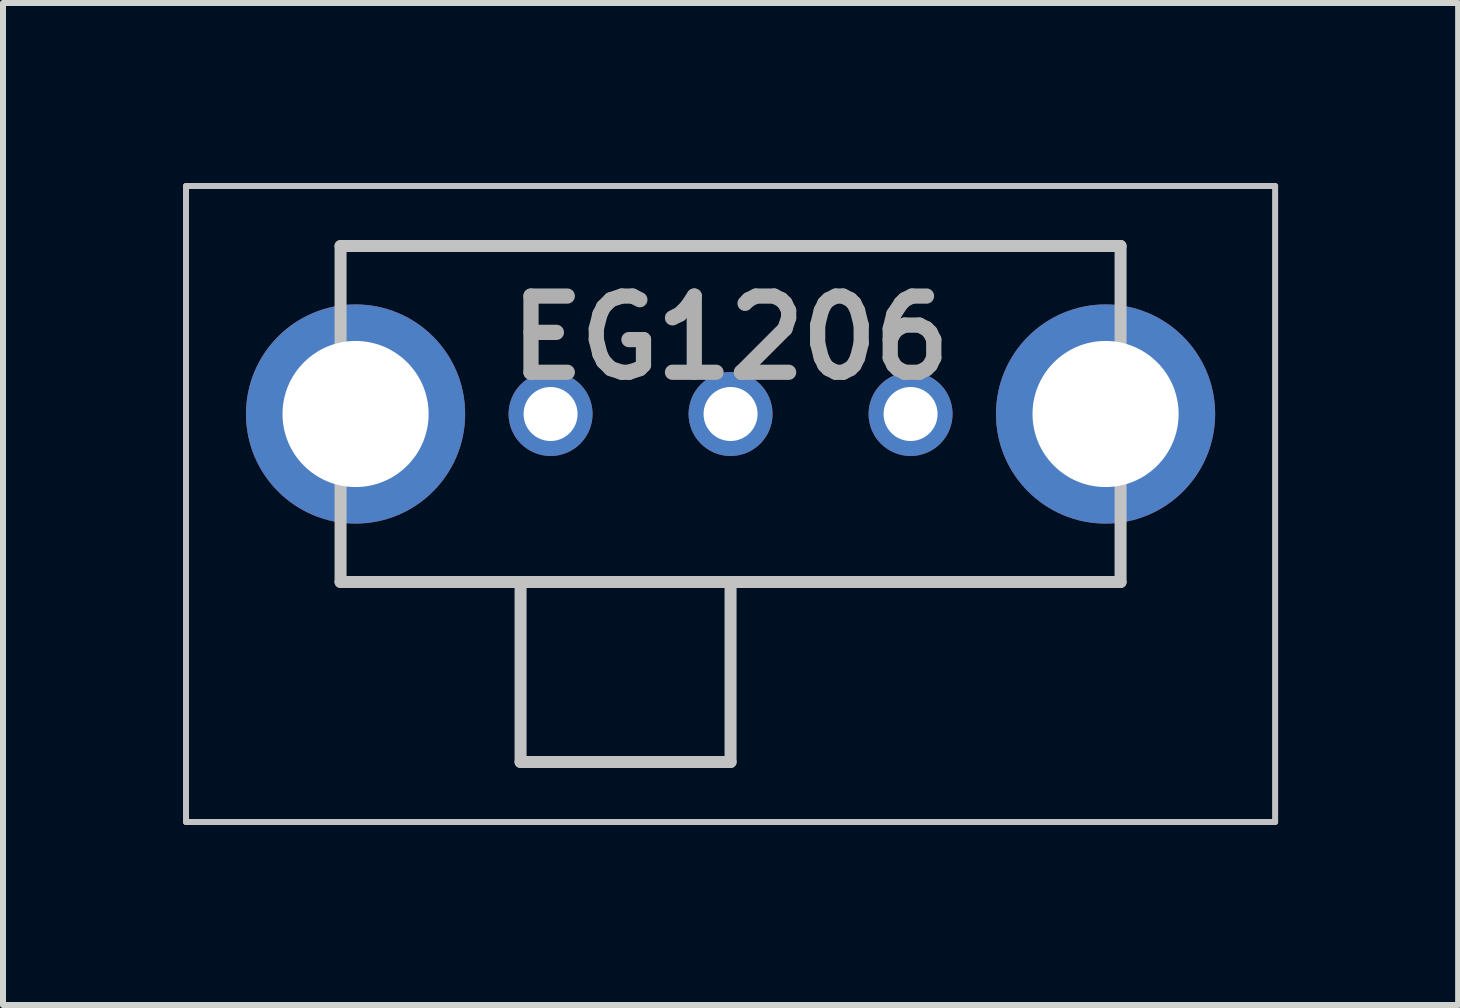
<source format=kicad_pcb>
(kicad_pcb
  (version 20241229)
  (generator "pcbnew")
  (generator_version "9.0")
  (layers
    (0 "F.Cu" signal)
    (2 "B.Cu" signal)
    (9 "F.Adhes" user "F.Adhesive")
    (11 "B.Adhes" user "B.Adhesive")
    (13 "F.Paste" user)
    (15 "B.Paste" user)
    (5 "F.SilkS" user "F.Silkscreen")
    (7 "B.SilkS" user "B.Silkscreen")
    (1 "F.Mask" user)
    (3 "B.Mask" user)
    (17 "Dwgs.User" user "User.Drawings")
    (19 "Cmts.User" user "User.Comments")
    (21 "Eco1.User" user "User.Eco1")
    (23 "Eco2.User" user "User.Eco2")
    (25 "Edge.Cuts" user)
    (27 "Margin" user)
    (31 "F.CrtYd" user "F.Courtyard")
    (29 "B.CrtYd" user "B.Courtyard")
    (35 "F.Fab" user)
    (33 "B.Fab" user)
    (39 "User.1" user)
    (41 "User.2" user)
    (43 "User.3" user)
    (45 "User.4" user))
  (footprint "EG1206"
    (layer "F.Cu")
    (at 6.126 3.85)
    (property "Reference" "EG1206" (at 3 -1.27 0) (layer "F.Fab") (effects (font (size 1.27 1.27) (thickness 0.254))))
    (attr through_hole)
    (fp_line (start -6.076 -3.8) (end 12.076 -3.8) (stroke (width 0.1) (type solid)) (layer "Dwgs.User"))
    (fp_line (start -6.076 6.8) (end -6.076 -3.8) (stroke (width 0.1) (type solid)) (layer "Dwgs.User"))
    (fp_line (start -3.5 -2.8) (end 9.5 -2.8) (stroke (width 0.2) (type solid)) (layer "Dwgs.User"))
    (fp_line (start -3.5 2.8) (end -3.5 -2.8) (stroke (width 0.2) (type solid)) (layer "Dwgs.User"))
    (fp_line (start -0.5 5.8) (end -0.5 2.8) (stroke (width 0.2) (type solid)) (layer "Dwgs.User"))
    (fp_line (start 3 2.8) (end 3 5.8) (stroke (width 0.2) (type solid)) (layer "Dwgs.User"))
    (fp_line (start 3 5.8) (end -0.5 5.8) (stroke (width 0.2) (type solid)) (layer "Dwgs.User"))
    (fp_line (start 9.5 -2.8) (end 9.5 2.8) (stroke (width 0.2) (type solid)) (layer "Dwgs.User"))
    (fp_line (start 9.5 2.8) (end -3.5 2.8) (stroke (width 0.2) (type solid)) (layer "Dwgs.User"))
    (fp_line (start 12.076 -3.8) (end 12.076 6.8) (stroke (width 0.1) (type solid)) (layer "Dwgs.User"))
    (fp_line (start 12.076 6.8) (end -6.076 6.8) (stroke (width 0.1) (type solid)) (layer "Dwgs.User"))
    (pad "1" thru_hole circle (at 0 0) (size 1.4 1.4) (drill 0.9) (layers "*.Cu" "*.Mask"))
    (pad "2" thru_hole circle (at 3 0) (size 1.4 1.4) (drill 0.9) (layers "*.Cu" "*.Mask"))
    (pad "3" thru_hole circle (at 6 0) (size 1.4 1.4) (drill 0.9) (layers "*.Cu" "*.Mask"))
    (pad "MH1" thru_hole circle (at -3.25 0) (size 3.653 3.653) (drill 2.435) (layers "*.Cu" "*.Mask"))
    (pad "MH2" thru_hole circle (at 9.25 0) (size 3.653 3.653) (drill 2.435) (layers "*.Cu" "*.Mask")))
  (gr_rect
    (start -3 -3)
    (end 21.252 13.7)
    (stroke (width 0.1) (type default))
    (fill no)
    (layer "Edge.Cuts")))
</source>
